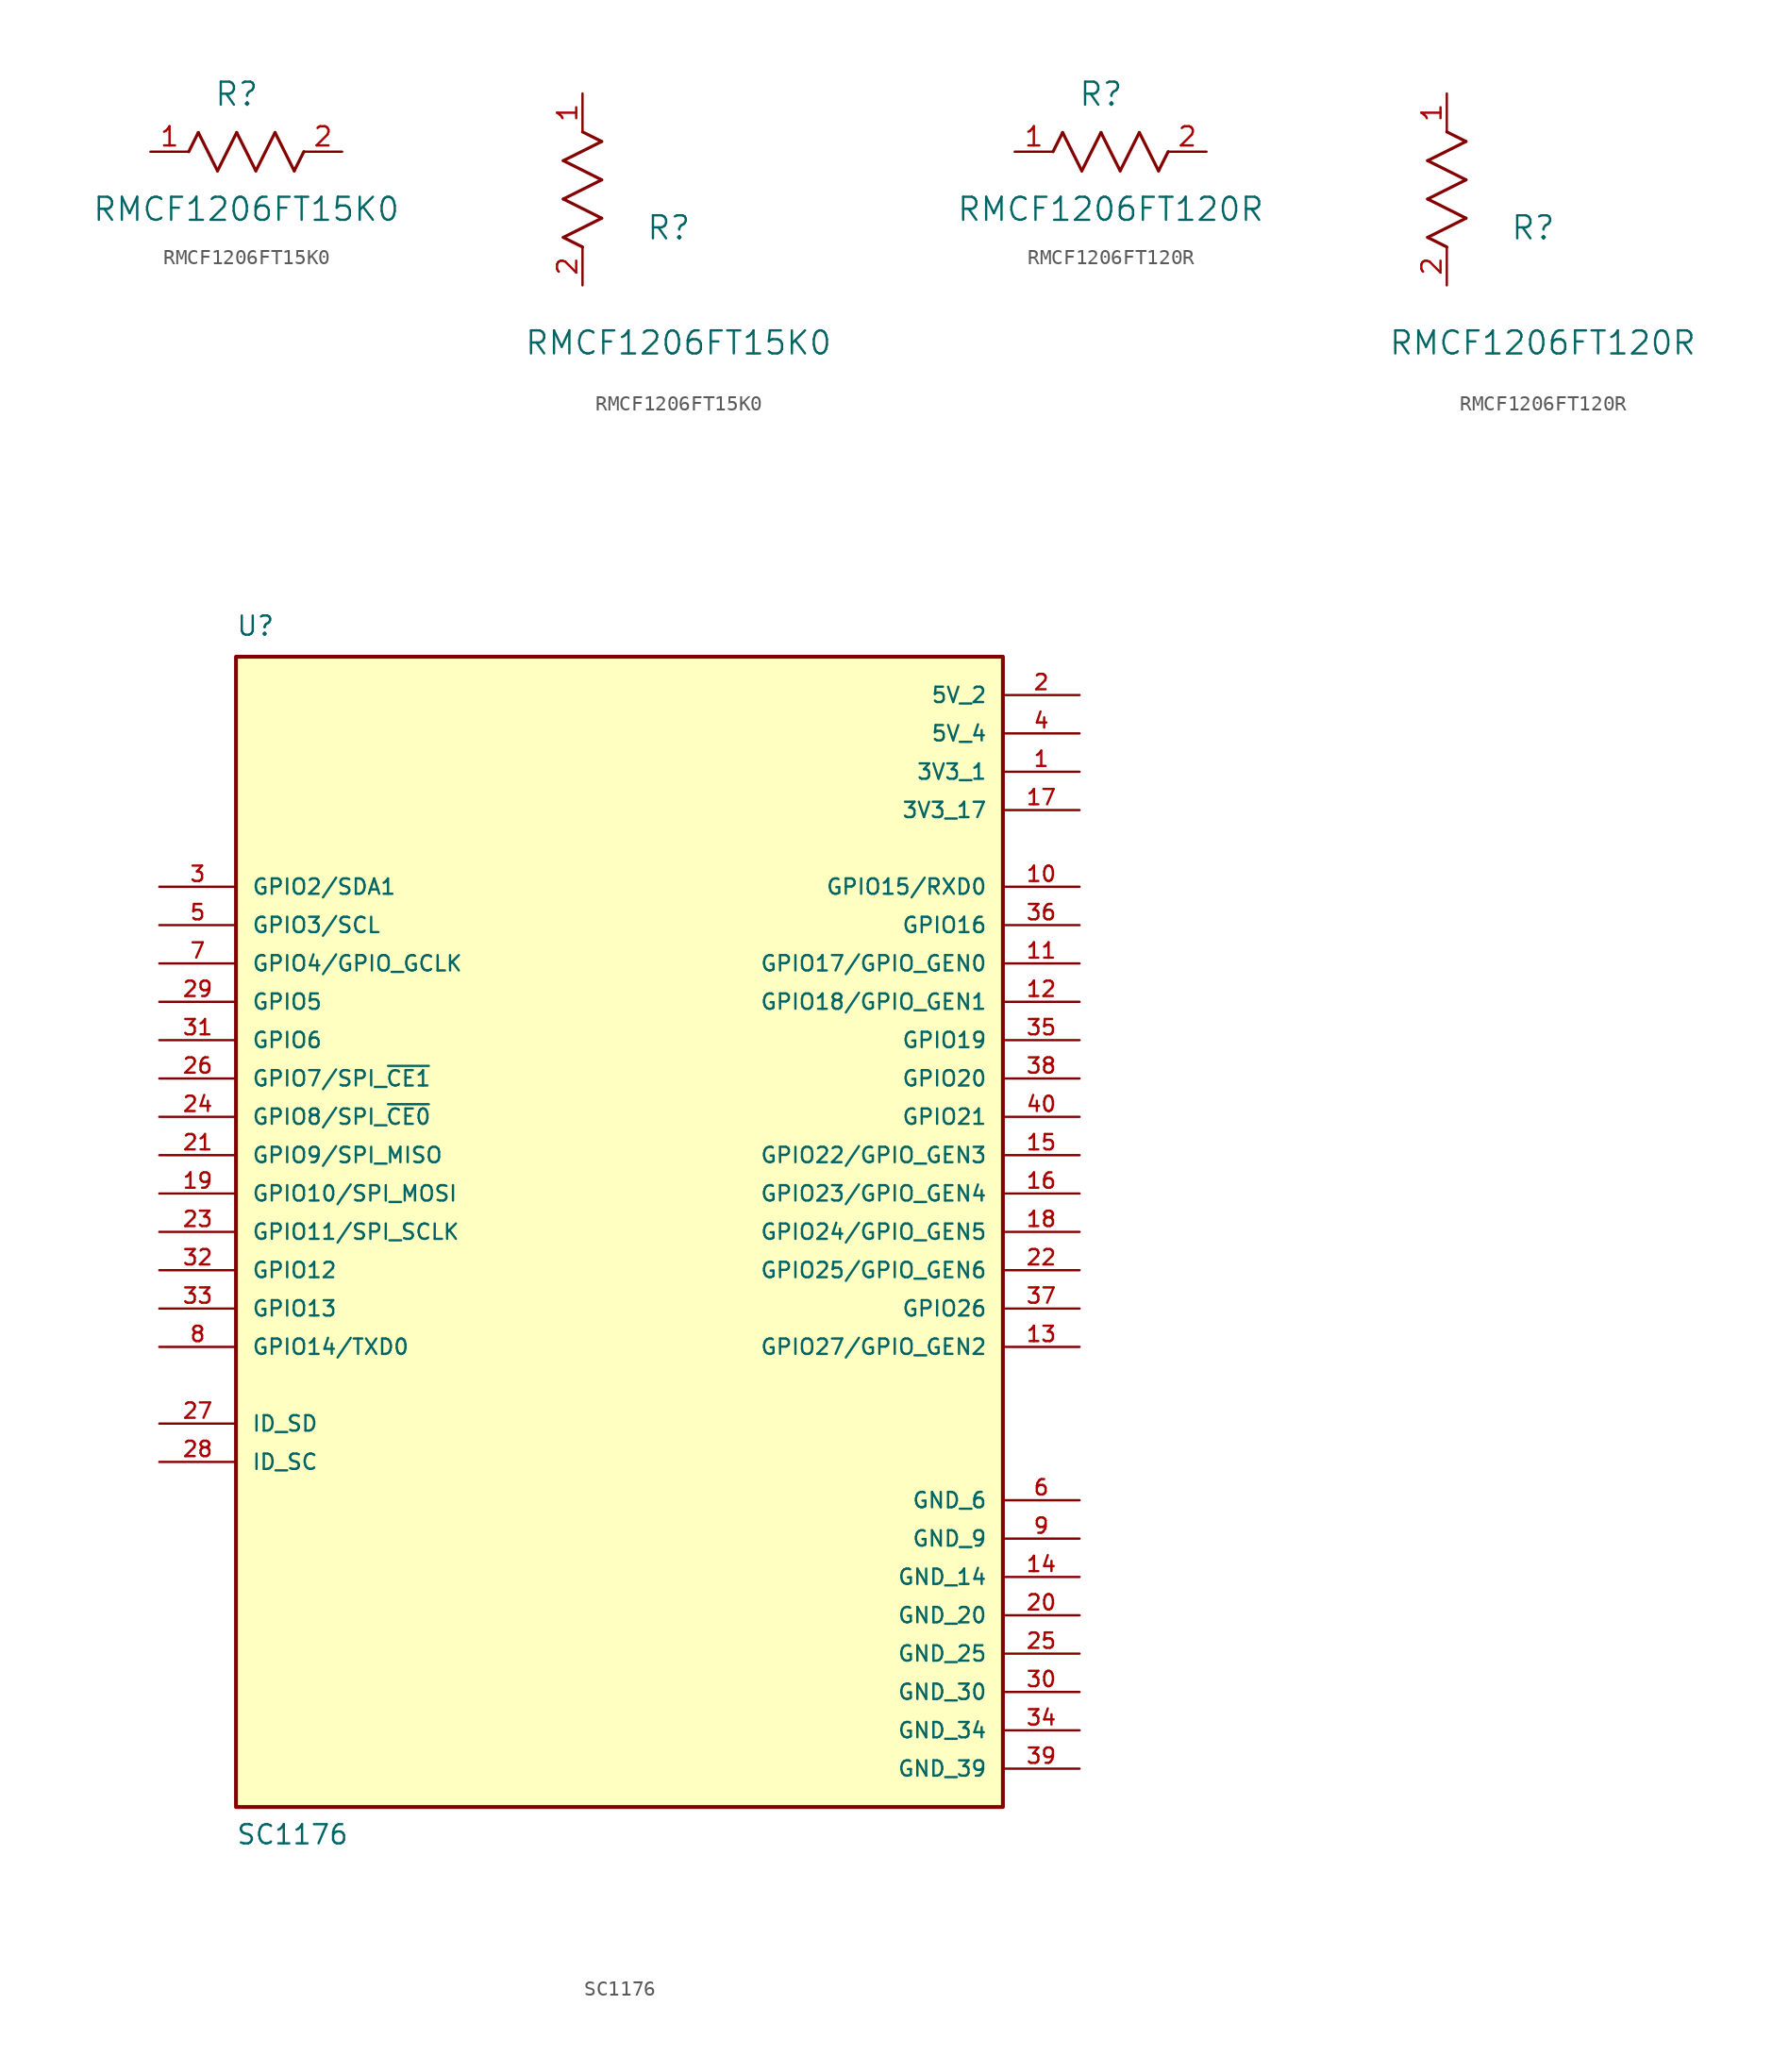
<source format=kicad_sym>
(kicad_symbol_lib
  (version 20231120)
  (generator "kicad_symbol_editor")
  (generator_version "8.0")
  (symbol "RMCF1206FT15K0"
    (pin_names
      (offset 0.254))
    (property "Reference" "R"
      (at 5.715 3.81 0)
      (effects (font (size 1.524 1.524))))
    (property "Value" "RMCF1206FT15K0"
      (at 6.35 -3.81 0)
      (effects (font (size 1.524 1.524))))
    (property "ki_locked" ""
      (at 0 0 0)
      (effects (font (size 1.27 1.27))))
    (symbol "RMCF1206FT15K0_1_1"
      (polyline (pts (xy 2.54 0) (xy 3.175 1.27)) (stroke (width 0.203) (type default)) (fill (type none)))
      (polyline (pts (xy 3.175 1.27) (xy 4.445 -1.27)) (stroke (width 0.203) (type default)) (fill (type none)))
      (polyline (pts (xy 4.445 -1.27) (xy 5.715 1.27)) (stroke (width 0.203) (type default)) (fill (type none)))
      (polyline (pts (xy 5.715 1.27) (xy 6.985 -1.27)) (stroke (width 0.203) (type default)) (fill (type none)))
      (polyline (pts (xy 6.985 -1.27) (xy 8.255 1.27)) (stroke (width 0.203) (type default)) (fill (type none)))
      (polyline (pts (xy 8.255 1.27) (xy 9.525 -1.27)) (stroke (width 0.203) (type default)) (fill (type none)))
      (polyline (pts (xy 9.525 -1.27) (xy 10.16 0)) (stroke (width 0.203) (type default)) (fill (type none)))
      (pin unspecified line (at 0 0 0) (length 2.54) (name "" (effects (font (size 1.27 1.27)))) (number "1" (effects (font (size 1.27 1.27)))))
      (pin unspecified line (at 12.7 0 180) (length 2.54) (name "" (effects (font (size 1.27 1.27)))) (number "2" (effects (font (size 1.27 1.27))))))
    (symbol "RMCF1206FT15K0_1_2"
      (polyline (pts (xy -1.27 3.175) (xy 1.27 4.445)) (stroke (width 0.203) (type default)) (fill (type none)))
      (polyline (pts (xy -1.27 5.715) (xy 1.27 6.985)) (stroke (width 0.203) (type default)) (fill (type none)))
      (polyline (pts (xy -1.27 8.255) (xy 1.27 9.525)) (stroke (width 0.203) (type default)) (fill (type none)))
      (polyline (pts (xy 0 2.54) (xy -1.27 3.175)) (stroke (width 0.203) (type default)) (fill (type none)))
      (polyline (pts (xy 1.27 4.445) (xy -1.27 5.715)) (stroke (width 0.203) (type default)) (fill (type none)))
      (polyline (pts (xy 1.27 6.985) (xy -1.27 8.255)) (stroke (width 0.203) (type default)) (fill (type none)))
      (polyline (pts (xy 1.27 9.525) (xy 0 10.16)) (stroke (width 0.203) (type default)) (fill (type none)))
      (pin unspecified line (at 0 12.7 270) (length 2.54) (name "" (effects (font (size 1.27 1.27)))) (number "1" (effects (font (size 1.27 1.27)))))
      (pin unspecified line (at 0 0 90) (length 2.54) (name "" (effects (font (size 1.27 1.27)))) (number "2" (effects (font (size 1.27 1.27)))))))
  (symbol "RMCF1206FT120R"
    (pin_names
      (offset 0.254))
    (property "Reference" "R"
      (at 5.715 3.81 0)
      (effects (font (size 1.524 1.524))))
    (property "Value" "RMCF1206FT120R"
      (at 6.35 -3.81 0)
      (effects (font (size 1.524 1.524))))
    (property "ki_locked" ""
      (at 0 0 0)
      (effects (font (size 1.27 1.27))))
    (symbol "RMCF1206FT120R_1_1"
      (polyline (pts (xy 2.54 0) (xy 3.175 1.27)) (stroke (width 0.203) (type default)) (fill (type none)))
      (polyline (pts (xy 3.175 1.27) (xy 4.445 -1.27)) (stroke (width 0.203) (type default)) (fill (type none)))
      (polyline (pts (xy 4.445 -1.27) (xy 5.715 1.27)) (stroke (width 0.203) (type default)) (fill (type none)))
      (polyline (pts (xy 5.715 1.27) (xy 6.985 -1.27)) (stroke (width 0.203) (type default)) (fill (type none)))
      (polyline (pts (xy 6.985 -1.27) (xy 8.255 1.27)) (stroke (width 0.203) (type default)) (fill (type none)))
      (polyline (pts (xy 8.255 1.27) (xy 9.525 -1.27)) (stroke (width 0.203) (type default)) (fill (type none)))
      (polyline (pts (xy 9.525 -1.27) (xy 10.16 0)) (stroke (width 0.203) (type default)) (fill (type none)))
      (pin unspecified line (at 0 0 0) (length 2.54) (name "" (effects (font (size 1.27 1.27)))) (number "1" (effects (font (size 1.27 1.27)))))
      (pin unspecified line (at 12.7 0 180) (length 2.54) (name "" (effects (font (size 1.27 1.27)))) (number "2" (effects (font (size 1.27 1.27))))))
    (symbol "RMCF1206FT120R_1_2"
      (polyline (pts (xy -1.27 3.175) (xy 1.27 4.445)) (stroke (width 0.203) (type default)) (fill (type none)))
      (polyline (pts (xy -1.27 5.715) (xy 1.27 6.985)) (stroke (width 0.203) (type default)) (fill (type none)))
      (polyline (pts (xy -1.27 8.255) (xy 1.27 9.525)) (stroke (width 0.203) (type default)) (fill (type none)))
      (polyline (pts (xy 0 2.54) (xy -1.27 3.175)) (stroke (width 0.203) (type default)) (fill (type none)))
      (polyline (pts (xy 1.27 4.445) (xy -1.27 5.715)) (stroke (width 0.203) (type default)) (fill (type none)))
      (polyline (pts (xy 1.27 6.985) (xy -1.27 8.255)) (stroke (width 0.203) (type default)) (fill (type none)))
      (polyline (pts (xy 1.27 9.525) (xy 0 10.16)) (stroke (width 0.203) (type default)) (fill (type none)))
      (pin unspecified line (at 0 12.7 270) (length 2.54) (name "" (effects (font (size 1.27 1.27)))) (number "1" (effects (font (size 1.27 1.27)))))
      (pin unspecified line (at 0 0 90) (length 2.54) (name "" (effects (font (size 1.27 1.27)))) (number "2" (effects (font (size 1.27 1.27)))))))
  (symbol "SC1176"
    (pin_names
      (offset 1.016))
    (property "Reference" "U"
      (at -25.42 39.396 0)
      (effects (font (size 1.27 1.27)) (justify left bottom)))
    (property "Value" "SC1176"
      (at -25.419 -40.669 0)
      (effects (font (size 1.27 1.27)) (justify left bottom)))
    (symbol "SC1176_0_0"
      (rectangle (start -25.4 -38.1) (end 25.4 38.1) (stroke (width 0.254) (type default)) (fill (type background)))
      (pin power_in line (at 30.48 30.48 180) (length 5.08) (name "3V3_1" (effects (font (size 1.016 1.016)))) (number "1" (effects (font (size 1.016 1.016)))))
      (pin bidirectional line (at 30.48 22.86 180) (length 5.08) (name "GPIO15/RXD0" (effects (font (size 1.016 1.016)))) (number "10" (effects (font (size 1.016 1.016)))))
      (pin bidirectional line (at 30.48 17.78 180) (length 5.08) (name "GPIO17/GPIO_GEN0" (effects (font (size 1.016 1.016)))) (number "11" (effects (font (size 1.016 1.016)))))
      (pin bidirectional line (at 30.48 15.24 180) (length 5.08) (name "GPIO18/GPIO_GEN1" (effects (font (size 1.016 1.016)))) (number "12" (effects (font (size 1.016 1.016)))))
      (pin bidirectional line (at 30.48 -7.62 180) (length 5.08) (name "GPIO27/GPIO_GEN2" (effects (font (size 1.016 1.016)))) (number "13" (effects (font (size 1.016 1.016)))))
      (pin power_in line (at 30.48 -22.86 180) (length 5.08) (name "GND_14" (effects (font (size 1.016 1.016)))) (number "14" (effects (font (size 1.016 1.016)))))
      (pin bidirectional line (at 30.48 5.08 180) (length 5.08) (name "GPIO22/GPIO_GEN3" (effects (font (size 1.016 1.016)))) (number "15" (effects (font (size 1.016 1.016)))))
      (pin bidirectional line (at 30.48 2.54 180) (length 5.08) (name "GPIO23/GPIO_GEN4" (effects (font (size 1.016 1.016)))) (number "16" (effects (font (size 1.016 1.016)))))
      (pin power_in line (at 30.48 27.94 180) (length 5.08) (name "3V3_17" (effects (font (size 1.016 1.016)))) (number "17" (effects (font (size 1.016 1.016)))))
      (pin bidirectional line (at 30.48 0 180) (length 5.08) (name "GPIO24/GPIO_GEN5" (effects (font (size 1.016 1.016)))) (number "18" (effects (font (size 1.016 1.016)))))
      (pin bidirectional line (at -30.48 2.54 0) (length 5.08) (name "GPIO10/SPI_MOSI" (effects (font (size 1.016 1.016)))) (number "19" (effects (font (size 1.016 1.016)))))
      (pin power_in line (at 30.48 35.56 180) (length 5.08) (name "5V_2" (effects (font (size 1.016 1.016)))) (number "2" (effects (font (size 1.016 1.016)))))
      (pin power_in line (at 30.48 -25.4 180) (length 5.08) (name "GND_20" (effects (font (size 1.016 1.016)))) (number "20" (effects (font (size 1.016 1.016)))))
      (pin bidirectional line (at -30.48 5.08 0) (length 5.08) (name "GPIO9/SPI_MISO" (effects (font (size 1.016 1.016)))) (number "21" (effects (font (size 1.016 1.016)))))
      (pin bidirectional line (at 30.48 -2.54 180) (length 5.08) (name "GPIO25/GPIO_GEN6" (effects (font (size 1.016 1.016)))) (number "22" (effects (font (size 1.016 1.016)))))
      (pin bidirectional line (at -30.48 0 0) (length 5.08) (name "GPIO11/SPI_SCLK" (effects (font (size 1.016 1.016)))) (number "23" (effects (font (size 1.016 1.016)))))
      (pin bidirectional line (at -30.48 7.62 0) (length 5.08) (name "GPIO8/SPI_~{CE0}" (effects (font (size 1.016 1.016)))) (number "24" (effects (font (size 1.016 1.016)))))
      (pin power_in line (at 30.48 -27.94 180) (length 5.08) (name "GND_25" (effects (font (size 1.016 1.016)))) (number "25" (effects (font (size 1.016 1.016)))))
      (pin bidirectional line (at -30.48 10.16 0) (length 5.08) (name "GPIO7/SPI_~{CE1}" (effects (font (size 1.016 1.016)))) (number "26" (effects (font (size 1.016 1.016)))))
      (pin bidirectional line (at -30.48 -12.7 0) (length 5.08) (name "ID_SD" (effects (font (size 1.016 1.016)))) (number "27" (effects (font (size 1.016 1.016)))))
      (pin bidirectional line (at -30.48 -15.24 0) (length 5.08) (name "ID_SC" (effects (font (size 1.016 1.016)))) (number "28" (effects (font (size 1.016 1.016)))))
      (pin bidirectional line (at -30.48 15.24 0) (length 5.08) (name "GPIO5" (effects (font (size 1.016 1.016)))) (number "29" (effects (font (size 1.016 1.016)))))
      (pin bidirectional line (at -30.48 22.86 0) (length 5.08) (name "GPIO2/SDA1" (effects (font (size 1.016 1.016)))) (number "3" (effects (font (size 1.016 1.016)))))
      (pin power_in line (at 30.48 -30.48 180) (length 5.08) (name "GND_30" (effects (font (size 1.016 1.016)))) (number "30" (effects (font (size 1.016 1.016)))))
      (pin bidirectional line (at -30.48 12.7 0) (length 5.08) (name "GPIO6" (effects (font (size 1.016 1.016)))) (number "31" (effects (font (size 1.016 1.016)))))
      (pin bidirectional line (at -30.48 -2.54 0) (length 5.08) (name "GPIO12" (effects (font (size 1.016 1.016)))) (number "32" (effects (font (size 1.016 1.016)))))
      (pin bidirectional line (at -30.48 -5.08 0) (length 5.08) (name "GPIO13" (effects (font (size 1.016 1.016)))) (number "33" (effects (font (size 1.016 1.016)))))
      (pin power_in line (at 30.48 -33.02 180) (length 5.08) (name "GND_34" (effects (font (size 1.016 1.016)))) (number "34" (effects (font (size 1.016 1.016)))))
      (pin bidirectional line (at 30.48 12.7 180) (length 5.08) (name "GPIO19" (effects (font (size 1.016 1.016)))) (number "35" (effects (font (size 1.016 1.016)))))
      (pin bidirectional line (at 30.48 20.32 180) (length 5.08) (name "GPIO16" (effects (font (size 1.016 1.016)))) (number "36" (effects (font (size 1.016 1.016)))))
      (pin bidirectional line (at 30.48 -5.08 180) (length 5.08) (name "GPIO26" (effects (font (size 1.016 1.016)))) (number "37" (effects (font (size 1.016 1.016)))))
      (pin bidirectional line (at 30.48 10.16 180) (length 5.08) (name "GPIO20" (effects (font (size 1.016 1.016)))) (number "38" (effects (font (size 1.016 1.016)))))
      (pin power_in line (at 30.48 -35.56 180) (length 5.08) (name "GND_39" (effects (font (size 1.016 1.016)))) (number "39" (effects (font (size 1.016 1.016)))))
      (pin power_in line (at 30.48 33.02 180) (length 5.08) (name "5V_4" (effects (font (size 1.016 1.016)))) (number "4" (effects (font (size 1.016 1.016)))))
      (pin bidirectional line (at 30.48 7.62 180) (length 5.08) (name "GPIO21" (effects (font (size 1.016 1.016)))) (number "40" (effects (font (size 1.016 1.016)))))
      (pin bidirectional line (at -30.48 20.32 0) (length 5.08) (name "GPIO3/SCL" (effects (font (size 1.016 1.016)))) (number "5" (effects (font (size 1.016 1.016)))))
      (pin power_in line (at 30.48 -17.78 180) (length 5.08) (name "GND_6" (effects (font (size 1.016 1.016)))) (number "6" (effects (font (size 1.016 1.016)))))
      (pin bidirectional line (at -30.48 17.78 0) (length 5.08) (name "GPIO4/GPIO_GCLK" (effects (font (size 1.016 1.016)))) (number "7" (effects (font (size 1.016 1.016)))))
      (pin bidirectional line (at -30.48 -7.62 0) (length 5.08) (name "GPIO14/TXD0" (effects (font (size 1.016 1.016)))) (number "8" (effects (font (size 1.016 1.016)))))
      (pin power_in line (at 30.48 -20.32 180) (length 5.08) (name "GND_9" (effects (font (size 1.016 1.016)))) (number "9" (effects (font (size 1.016 1.016))))))))
</source>
